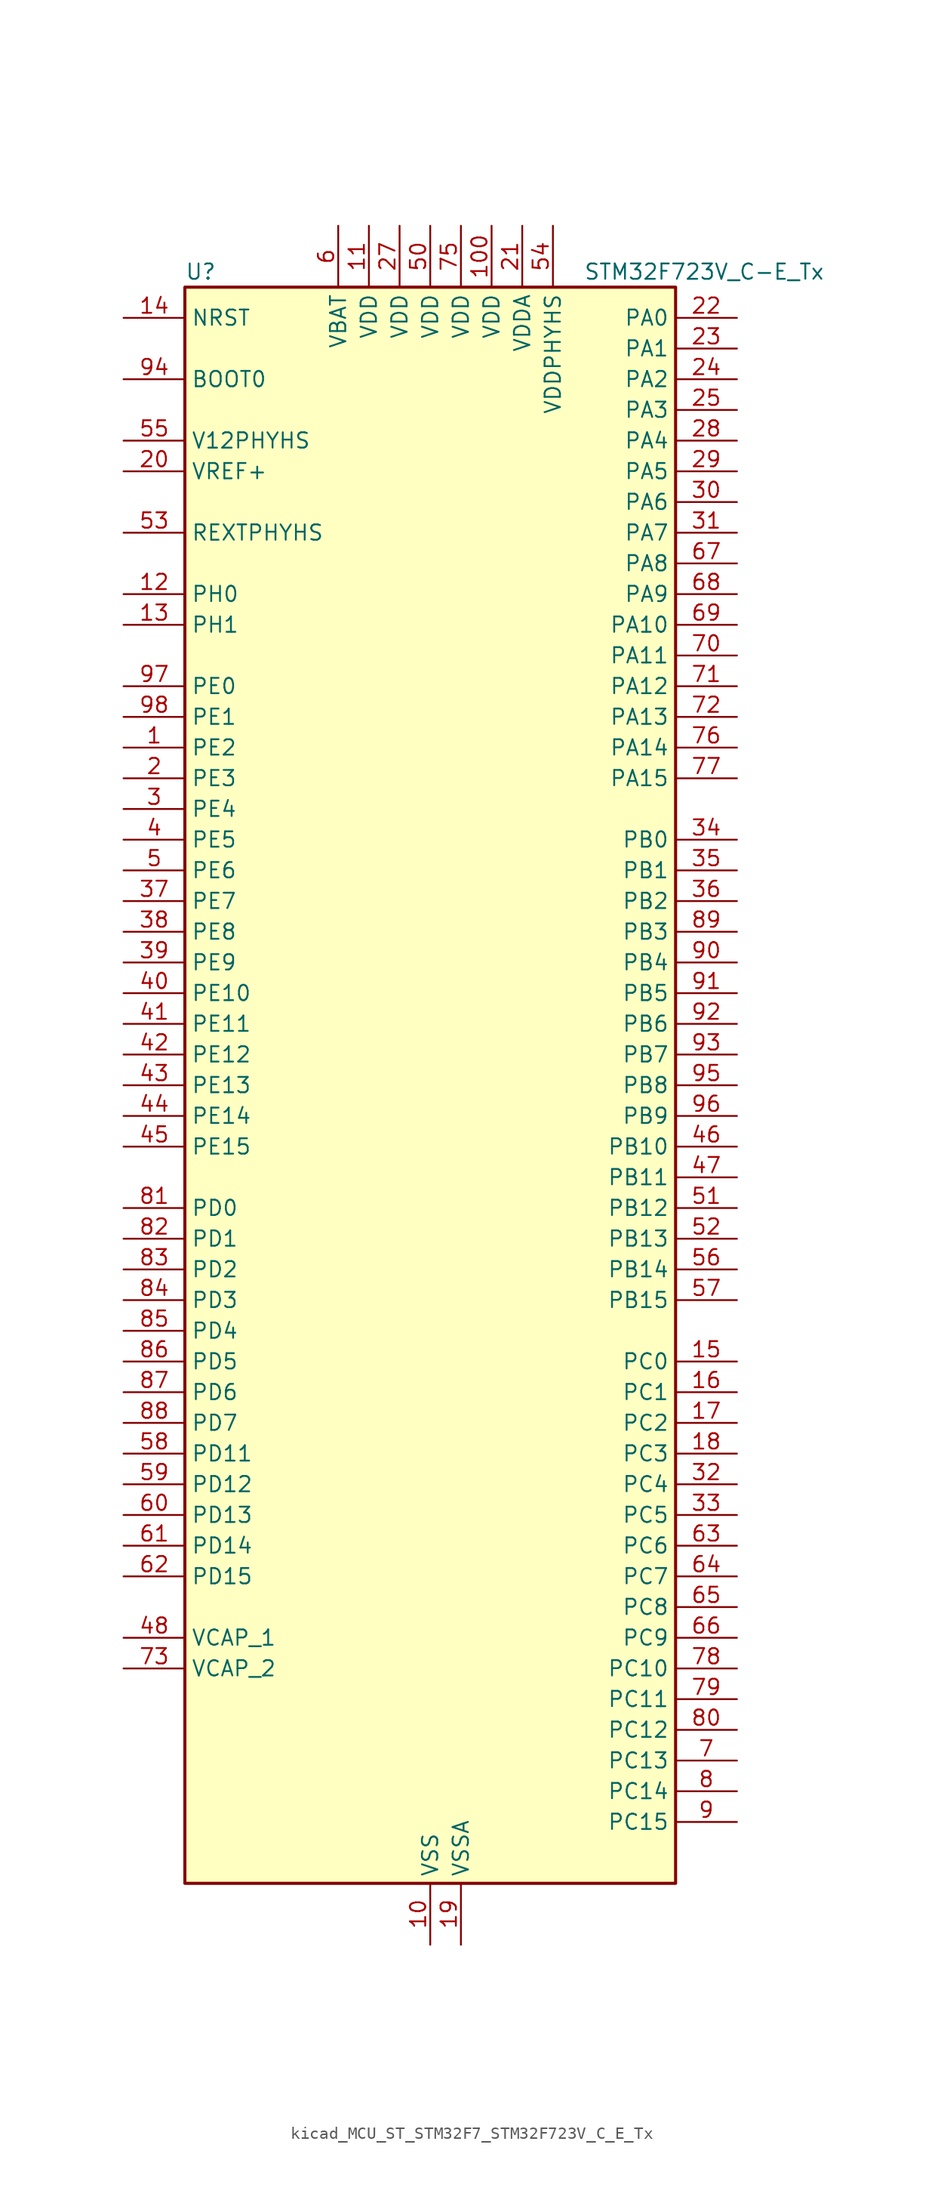
<source format=kicad_sym>
(kicad_symbol_lib
  (version 20220914)
  (generator kicad_symbol_editor)
  (symbol "kicad_MCU_ST_STM32F7_STM32F723V_C_E_Tx"
    (property "Reference" "U"
      (at -20.32 67.31 0)
      (effects (font (size 1.27 1.27)) (justify left)))
    (property "Value" "STM32F723V_C-E_Tx"
      (at 12.7 67.31 0)
      (effects (font (size 1.27 1.27)) (justify left)))
    (property "ki_locked" ""
      (at 0 0 0)
      (effects (font (size 1.27 1.27))))
    (symbol "kicad_MCU_ST_STM32F7_STM32F723V_C_E_Tx_0_1"
      (rectangle (start -20.32 -66.04) (end 20.32 66.04) (stroke (width 0.254) (type default)) (fill (type background))))
    (symbol "kicad_MCU_ST_STM32F7_STM32F723V_C_E_Tx_1_1"
      (pin bidirectional line (at -25.4 27.94 0) (length 5.08) (name "PE2" (effects (font (size 1.27 1.27)))) (number "1" (effects (font (size 1.27 1.27)))) (alternate "FMC_A23" bidirectional line) (alternate "QUADSPI_BK1_IO2" bidirectional line) (alternate "SAI1_MCLK_A" bidirectional line) (alternate "SPI4_SCK" bidirectional line) (alternate "SYS_TRACECLK" bidirectional line))
      (pin power_in line (at 0 -71.12 90) (length 5.08) (name "VSS" (effects (font (size 1.27 1.27)))) (number "10" (effects (font (size 1.27 1.27)))))
      (pin power_in line (at 5.08 71.12 270) (length 5.08) (name "VDD" (effects (font (size 1.27 1.27)))) (number "100" (effects (font (size 1.27 1.27)))))
      (pin power_in line (at -5.08 71.12 270) (length 5.08) (name "VDD" (effects (font (size 1.27 1.27)))) (number "11" (effects (font (size 1.27 1.27)))))
      (pin bidirectional line (at -25.4 40.64 0) (length 5.08) (name "PH0" (effects (font (size 1.27 1.27)))) (number "12" (effects (font (size 1.27 1.27)))) (alternate "RCC_OSC_IN" bidirectional line))
      (pin bidirectional line (at -25.4 38.1 0) (length 5.08) (name "PH1" (effects (font (size 1.27 1.27)))) (number "13" (effects (font (size 1.27 1.27)))) (alternate "RCC_OSC_OUT" bidirectional line))
      (pin input line (at -25.4 63.5 0) (length 5.08) (name "NRST" (effects (font (size 1.27 1.27)))) (number "14" (effects (font (size 1.27 1.27)))))
      (pin bidirectional line (at 25.4 -22.86 180) (length 5.08) (name "PC0" (effects (font (size 1.27 1.27)))) (number "15" (effects (font (size 1.27 1.27)))) (alternate "ADC1_IN10" bidirectional line) (alternate "ADC2_IN10" bidirectional line) (alternate "ADC3_IN10" bidirectional line) (alternate "FMC_SDNWE" bidirectional line) (alternate "SAI2_FS_B" bidirectional line))
      (pin bidirectional line (at 25.4 -25.4 180) (length 5.08) (name "PC1" (effects (font (size 1.27 1.27)))) (number "16" (effects (font (size 1.27 1.27)))) (alternate "ADC1_IN11" bidirectional line) (alternate "ADC2_IN11" bidirectional line) (alternate "ADC3_IN11" bidirectional line) (alternate "I2S2_SD" bidirectional line) (alternate "RTC_TAMP3" bidirectional line) (alternate "RTC_TS" bidirectional line) (alternate "SAI1_SD_A" bidirectional line) (alternate "SPI2_MOSI" bidirectional line) (alternate "SYS_TRACED0" bidirectional line) (alternate "SYS_WKUP3" bidirectional line))
      (pin bidirectional line (at 25.4 -27.94 180) (length 5.08) (name "PC2" (effects (font (size 1.27 1.27)))) (number "17" (effects (font (size 1.27 1.27)))) (alternate "ADC1_IN12" bidirectional line) (alternate "ADC2_IN12" bidirectional line) (alternate "ADC3_IN12" bidirectional line) (alternate "FMC_SDNE0" bidirectional line) (alternate "SPI2_MISO" bidirectional line))
      (pin bidirectional line (at 25.4 -30.48 180) (length 5.08) (name "PC3" (effects (font (size 1.27 1.27)))) (number "18" (effects (font (size 1.27 1.27)))) (alternate "ADC1_IN13" bidirectional line) (alternate "ADC2_IN13" bidirectional line) (alternate "ADC3_IN13" bidirectional line) (alternate "FMC_SDCKE0" bidirectional line) (alternate "I2S2_SD" bidirectional line) (alternate "SPI2_MOSI" bidirectional line))
      (pin power_in line (at 2.54 -71.12 90) (length 5.08) (name "VSSA" (effects (font (size 1.27 1.27)))) (number "19" (effects (font (size 1.27 1.27)))))
      (pin bidirectional line (at -25.4 25.4 0) (length 5.08) (name "PE3" (effects (font (size 1.27 1.27)))) (number "2" (effects (font (size 1.27 1.27)))) (alternate "FMC_A19" bidirectional line) (alternate "SAI1_SD_B" bidirectional line) (alternate "SYS_TRACED0" bidirectional line))
      (pin input line (at -25.4 50.8 0) (length 5.08) (name "VREF+" (effects (font (size 1.27 1.27)))) (number "20" (effects (font (size 1.27 1.27)))))
      (pin power_in line (at 7.62 71.12 270) (length 5.08) (name "VDDA" (effects (font (size 1.27 1.27)))) (number "21" (effects (font (size 1.27 1.27)))))
      (pin bidirectional line (at 25.4 63.5 180) (length 5.08) (name "PA0" (effects (font (size 1.27 1.27)))) (number "22" (effects (font (size 1.27 1.27)))) (alternate "ADC1_IN0" bidirectional line) (alternate "ADC2_IN0" bidirectional line) (alternate "ADC3_IN0" bidirectional line) (alternate "SAI2_SD_B" bidirectional line) (alternate "SYS_WKUP1" bidirectional line) (alternate "TIM2_CH1" bidirectional line) (alternate "TIM2_ETR" bidirectional line) (alternate "TIM5_CH1" bidirectional line) (alternate "TIM8_ETR" bidirectional line) (alternate "UART4_TX" bidirectional line) (alternate "USART2_CTS" bidirectional line))
      (pin bidirectional line (at 25.4 60.96 180) (length 5.08) (name "PA1" (effects (font (size 1.27 1.27)))) (number "23" (effects (font (size 1.27 1.27)))) (alternate "ADC1_IN1" bidirectional line) (alternate "ADC2_IN1" bidirectional line) (alternate "ADC3_IN1" bidirectional line) (alternate "QUADSPI_BK1_IO3" bidirectional line) (alternate "SAI2_MCLK_B" bidirectional line) (alternate "TIM2_CH2" bidirectional line) (alternate "TIM5_CH2" bidirectional line) (alternate "UART4_RX" bidirectional line) (alternate "USART2_DE" bidirectional line) (alternate "USART2_RTS" bidirectional line))
      (pin bidirectional line (at 25.4 58.42 180) (length 5.08) (name "PA2" (effects (font (size 1.27 1.27)))) (number "24" (effects (font (size 1.27 1.27)))) (alternate "ADC1_IN2" bidirectional line) (alternate "ADC2_IN2" bidirectional line) (alternate "ADC3_IN2" bidirectional line) (alternate "SAI2_SCK_B" bidirectional line) (alternate "SYS_WKUP2" bidirectional line) (alternate "TIM2_CH3" bidirectional line) (alternate "TIM5_CH3" bidirectional line) (alternate "TIM9_CH1" bidirectional line) (alternate "USART2_TX" bidirectional line))
      (pin bidirectional line (at 25.4 55.88 180) (length 5.08) (name "PA3" (effects (font (size 1.27 1.27)))) (number "25" (effects (font (size 1.27 1.27)))) (alternate "ADC1_IN3" bidirectional line) (alternate "ADC2_IN3" bidirectional line) (alternate "ADC3_IN3" bidirectional line) (alternate "TIM2_CH4" bidirectional line) (alternate "TIM5_CH4" bidirectional line) (alternate "TIM9_CH2" bidirectional line) (alternate "USART2_RX" bidirectional line))
      (pin passive line (at 0 -71.12 90) (length 5.08) hide (name "VSS" (effects (font (size 1.27 1.27)))) (number "26" (effects (font (size 1.27 1.27)))))
      (pin power_in line (at -2.54 71.12 270) (length 5.08) (name "VDD" (effects (font (size 1.27 1.27)))) (number "27" (effects (font (size 1.27 1.27)))))
      (pin bidirectional line (at 25.4 53.34 180) (length 5.08) (name "PA4" (effects (font (size 1.27 1.27)))) (number "28" (effects (font (size 1.27 1.27)))) (alternate "ADC1_IN4" bidirectional line) (alternate "ADC2_IN4" bidirectional line) (alternate "DAC_OUT1" bidirectional line) (alternate "I2S1_WS" bidirectional line) (alternate "I2S3_WS" bidirectional line) (alternate "SPI1_NSS" bidirectional line) (alternate "SPI3_NSS" bidirectional line) (alternate "USART2_CK" bidirectional line) (alternate "USB_OTG_HS_SOF" bidirectional line))
      (pin bidirectional line (at 25.4 50.8 180) (length 5.08) (name "PA5" (effects (font (size 1.27 1.27)))) (number "29" (effects (font (size 1.27 1.27)))) (alternate "ADC1_IN5" bidirectional line) (alternate "ADC2_IN5" bidirectional line) (alternate "DAC_OUT2" bidirectional line) (alternate "I2S1_CK" bidirectional line) (alternate "SPI1_SCK" bidirectional line) (alternate "TIM2_CH1" bidirectional line) (alternate "TIM2_ETR" bidirectional line) (alternate "TIM8_CH1N" bidirectional line))
      (pin bidirectional line (at -25.4 22.86 0) (length 5.08) (name "PE4" (effects (font (size 1.27 1.27)))) (number "3" (effects (font (size 1.27 1.27)))) (alternate "FMC_A20" bidirectional line) (alternate "SAI1_FS_A" bidirectional line) (alternate "SPI4_NSS" bidirectional line) (alternate "SYS_TRACED1" bidirectional line))
      (pin bidirectional line (at 25.4 48.26 180) (length 5.08) (name "PA6" (effects (font (size 1.27 1.27)))) (number "30" (effects (font (size 1.27 1.27)))) (alternate "ADC1_IN6" bidirectional line) (alternate "ADC2_IN6" bidirectional line) (alternate "SPI1_MISO" bidirectional line) (alternate "TIM13_CH1" bidirectional line) (alternate "TIM1_BKIN" bidirectional line) (alternate "TIM3_CH1" bidirectional line) (alternate "TIM8_BKIN" bidirectional line))
      (pin bidirectional line (at 25.4 45.72 180) (length 5.08) (name "PA7" (effects (font (size 1.27 1.27)))) (number "31" (effects (font (size 1.27 1.27)))) (alternate "ADC1_IN7" bidirectional line) (alternate "ADC2_IN7" bidirectional line) (alternate "FMC_SDNWE" bidirectional line) (alternate "I2S1_SD" bidirectional line) (alternate "SPI1_MOSI" bidirectional line) (alternate "TIM14_CH1" bidirectional line) (alternate "TIM1_CH1N" bidirectional line) (alternate "TIM3_CH2" bidirectional line) (alternate "TIM8_CH1N" bidirectional line))
      (pin bidirectional line (at 25.4 -33.02 180) (length 5.08) (name "PC4" (effects (font (size 1.27 1.27)))) (number "32" (effects (font (size 1.27 1.27)))) (alternate "ADC1_IN14" bidirectional line) (alternate "ADC2_IN14" bidirectional line) (alternate "FMC_SDNE0" bidirectional line) (alternate "I2S1_MCK" bidirectional line))
      (pin bidirectional line (at 25.4 -35.56 180) (length 5.08) (name "PC5" (effects (font (size 1.27 1.27)))) (number "33" (effects (font (size 1.27 1.27)))) (alternate "ADC1_IN15" bidirectional line) (alternate "ADC2_IN15" bidirectional line) (alternate "FMC_SDCKE0" bidirectional line))
      (pin bidirectional line (at 25.4 20.32 180) (length 5.08) (name "PB0" (effects (font (size 1.27 1.27)))) (number "34" (effects (font (size 1.27 1.27)))) (alternate "ADC1_IN8" bidirectional line) (alternate "ADC2_IN8" bidirectional line) (alternate "TIM1_CH2N" bidirectional line) (alternate "TIM3_CH3" bidirectional line) (alternate "TIM8_CH2N" bidirectional line) (alternate "UART4_CTS" bidirectional line))
      (pin bidirectional line (at 25.4 17.78 180) (length 5.08) (name "PB1" (effects (font (size 1.27 1.27)))) (number "35" (effects (font (size 1.27 1.27)))) (alternate "ADC1_IN9" bidirectional line) (alternate "ADC2_IN9" bidirectional line) (alternate "TIM1_CH3N" bidirectional line) (alternate "TIM3_CH4" bidirectional line) (alternate "TIM8_CH3N" bidirectional line))
      (pin bidirectional line (at 25.4 15.24 180) (length 5.08) (name "PB2" (effects (font (size 1.27 1.27)))) (number "36" (effects (font (size 1.27 1.27)))) (alternate "I2S3_SD" bidirectional line) (alternate "QUADSPI_CLK" bidirectional line) (alternate "SAI1_SD_A" bidirectional line) (alternate "SPI3_MOSI" bidirectional line))
      (pin bidirectional line (at -25.4 15.24 0) (length 5.08) (name "PE7" (effects (font (size 1.27 1.27)))) (number "37" (effects (font (size 1.27 1.27)))) (alternate "FMC_D4" bidirectional line) (alternate "FMC_DA4" bidirectional line) (alternate "QUADSPI_BK2_IO0" bidirectional line) (alternate "TIM1_ETR" bidirectional line) (alternate "UART7_RX" bidirectional line))
      (pin bidirectional line (at -25.4 12.7 0) (length 5.08) (name "PE8" (effects (font (size 1.27 1.27)))) (number "38" (effects (font (size 1.27 1.27)))) (alternate "FMC_D5" bidirectional line) (alternate "FMC_DA5" bidirectional line) (alternate "QUADSPI_BK2_IO1" bidirectional line) (alternate "TIM1_CH1N" bidirectional line) (alternate "UART7_TX" bidirectional line))
      (pin bidirectional line (at -25.4 10.16 0) (length 5.08) (name "PE9" (effects (font (size 1.27 1.27)))) (number "39" (effects (font (size 1.27 1.27)))) (alternate "DAC_EXTI9" bidirectional line) (alternate "FMC_D6" bidirectional line) (alternate "FMC_DA6" bidirectional line) (alternate "QUADSPI_BK2_IO2" bidirectional line) (alternate "TIM1_CH1" bidirectional line) (alternate "UART7_DE" bidirectional line) (alternate "UART7_RTS" bidirectional line))
      (pin bidirectional line (at -25.4 20.32 0) (length 5.08) (name "PE5" (effects (font (size 1.27 1.27)))) (number "4" (effects (font (size 1.27 1.27)))) (alternate "FMC_A21" bidirectional line) (alternate "SAI1_SCK_A" bidirectional line) (alternate "SPI4_MISO" bidirectional line) (alternate "SYS_TRACED2" bidirectional line) (alternate "TIM9_CH1" bidirectional line))
      (pin bidirectional line (at -25.4 7.62 0) (length 5.08) (name "PE10" (effects (font (size 1.27 1.27)))) (number "40" (effects (font (size 1.27 1.27)))) (alternate "FMC_D7" bidirectional line) (alternate "FMC_DA7" bidirectional line) (alternate "QUADSPI_BK2_IO3" bidirectional line) (alternate "TIM1_CH2N" bidirectional line) (alternate "UART7_CTS" bidirectional line))
      (pin bidirectional line (at -25.4 5.08 0) (length 5.08) (name "PE11" (effects (font (size 1.27 1.27)))) (number "41" (effects (font (size 1.27 1.27)))) (alternate "ADC1_EXTI11" bidirectional line) (alternate "ADC2_EXTI11" bidirectional line) (alternate "ADC3_EXTI11" bidirectional line) (alternate "FMC_D8" bidirectional line) (alternate "FMC_DA8" bidirectional line) (alternate "SAI2_SD_B" bidirectional line) (alternate "SPI4_NSS" bidirectional line) (alternate "TIM1_CH2" bidirectional line))
      (pin bidirectional line (at -25.4 2.54 0) (length 5.08) (name "PE12" (effects (font (size 1.27 1.27)))) (number "42" (effects (font (size 1.27 1.27)))) (alternate "FMC_D9" bidirectional line) (alternate "FMC_DA9" bidirectional line) (alternate "SAI2_SCK_B" bidirectional line) (alternate "SPI4_SCK" bidirectional line) (alternate "TIM1_CH3N" bidirectional line))
      (pin bidirectional line (at -25.4 0 0) (length 5.08) (name "PE13" (effects (font (size 1.27 1.27)))) (number "43" (effects (font (size 1.27 1.27)))) (alternate "FMC_D10" bidirectional line) (alternate "FMC_DA10" bidirectional line) (alternate "SAI2_FS_B" bidirectional line) (alternate "SPI4_MISO" bidirectional line) (alternate "TIM1_CH3" bidirectional line))
      (pin bidirectional line (at -25.4 -2.54 0) (length 5.08) (name "PE14" (effects (font (size 1.27 1.27)))) (number "44" (effects (font (size 1.27 1.27)))) (alternate "FMC_D11" bidirectional line) (alternate "FMC_DA11" bidirectional line) (alternate "SAI2_MCLK_B" bidirectional line) (alternate "SPI4_MOSI" bidirectional line) (alternate "TIM1_CH4" bidirectional line))
      (pin bidirectional line (at -25.4 -5.08 0) (length 5.08) (name "PE15" (effects (font (size 1.27 1.27)))) (number "45" (effects (font (size 1.27 1.27)))) (alternate "FMC_D12" bidirectional line) (alternate "FMC_DA12" bidirectional line) (alternate "TIM1_BKIN" bidirectional line))
      (pin bidirectional line (at 25.4 -5.08 180) (length 5.08) (name "PB10" (effects (font (size 1.27 1.27)))) (number "46" (effects (font (size 1.27 1.27)))) (alternate "I2C2_SCL" bidirectional line) (alternate "I2S2_CK" bidirectional line) (alternate "SPI2_SCK" bidirectional line) (alternate "TIM2_CH3" bidirectional line) (alternate "USART3_TX" bidirectional line))
      (pin bidirectional line (at 25.4 -7.62 180) (length 5.08) (name "PB11" (effects (font (size 1.27 1.27)))) (number "47" (effects (font (size 1.27 1.27)))) (alternate "ADC1_EXTI11" bidirectional line) (alternate "ADC2_EXTI11" bidirectional line) (alternate "ADC3_EXTI11" bidirectional line) (alternate "I2C2_SDA" bidirectional line) (alternate "TIM2_CH4" bidirectional line) (alternate "USART3_RX" bidirectional line))
      (pin power_out line (at -25.4 -45.72 0) (length 5.08) (name "VCAP_1" (effects (font (size 1.27 1.27)))) (number "48" (effects (font (size 1.27 1.27)))))
      (pin passive line (at 0 -71.12 90) (length 5.08) hide (name "VSS" (effects (font (size 1.27 1.27)))) (number "49" (effects (font (size 1.27 1.27)))))
      (pin bidirectional line (at -25.4 17.78 0) (length 5.08) (name "PE6" (effects (font (size 1.27 1.27)))) (number "5" (effects (font (size 1.27 1.27)))) (alternate "FMC_A22" bidirectional line) (alternate "SAI1_SD_A" bidirectional line) (alternate "SAI2_MCLK_B" bidirectional line) (alternate "SPI4_MOSI" bidirectional line) (alternate "SYS_TRACED3" bidirectional line) (alternate "TIM1_BKIN2" bidirectional line) (alternate "TIM9_CH2" bidirectional line))
      (pin power_in line (at 0 71.12 270) (length 5.08) (name "VDD" (effects (font (size 1.27 1.27)))) (number "50" (effects (font (size 1.27 1.27)))))
      (pin bidirectional line (at 25.4 -10.16 180) (length 5.08) (name "PB12" (effects (font (size 1.27 1.27)))) (number "51" (effects (font (size 1.27 1.27)))) (alternate "I2C2_SMBA" bidirectional line) (alternate "I2S2_WS" bidirectional line) (alternate "SPI2_NSS" bidirectional line) (alternate "TIM1_BKIN" bidirectional line) (alternate "USART3_CK" bidirectional line) (alternate "USB_OTG_HS_ID" bidirectional line))
      (pin bidirectional line (at 25.4 -12.7 180) (length 5.08) (name "PB13" (effects (font (size 1.27 1.27)))) (number "52" (effects (font (size 1.27 1.27)))) (alternate "I2S2_CK" bidirectional line) (alternate "SPI2_SCK" bidirectional line) (alternate "TIM1_CH1N" bidirectional line) (alternate "USART3_CTS" bidirectional line) (alternate "USB_OTG_HS_VBUS" bidirectional line))
      (pin bidirectional line (at -25.4 45.72 0) (length 5.08) (name "REXTPHYHS" (effects (font (size 1.27 1.27)))) (number "53" (effects (font (size 1.27 1.27)))) (alternate "USB_OTG_HS_REXTPHYHS" bidirectional line))
      (pin power_in line (at 10.16 71.12 270) (length 5.08) (name "VDDPHYHS" (effects (font (size 1.27 1.27)))) (number "54" (effects (font (size 1.27 1.27)))))
      (pin power_in line (at -25.4 53.34 0) (length 5.08) (name "V12PHYHS" (effects (font (size 1.27 1.27)))) (number "55" (effects (font (size 1.27 1.27)))))
      (pin bidirectional line (at 25.4 -15.24 180) (length 5.08) (name "PB14" (effects (font (size 1.27 1.27)))) (number "56" (effects (font (size 1.27 1.27)))) (alternate "USB_OTG_HS_DM" bidirectional line))
      (pin bidirectional line (at 25.4 -17.78 180) (length 5.08) (name "PB15" (effects (font (size 1.27 1.27)))) (number "57" (effects (font (size 1.27 1.27)))) (alternate "USB_OTG_HS_DP" bidirectional line))
      (pin bidirectional line (at -25.4 -30.48 0) (length 5.08) (name "PD11" (effects (font (size 1.27 1.27)))) (number "58" (effects (font (size 1.27 1.27)))) (alternate "ADC1_EXTI11" bidirectional line) (alternate "ADC2_EXTI11" bidirectional line) (alternate "ADC3_EXTI11" bidirectional line) (alternate "FMC_A16" bidirectional line) (alternate "FMC_CLE" bidirectional line) (alternate "QUADSPI_BK1_IO0" bidirectional line) (alternate "SAI2_SD_A" bidirectional line) (alternate "USART3_CTS" bidirectional line))
      (pin bidirectional line (at -25.4 -33.02 0) (length 5.08) (name "PD12" (effects (font (size 1.27 1.27)))) (number "59" (effects (font (size 1.27 1.27)))) (alternate "FMC_A17" bidirectional line) (alternate "FMC_ALE" bidirectional line) (alternate "LPTIM1_IN1" bidirectional line) (alternate "QUADSPI_BK1_IO1" bidirectional line) (alternate "SAI2_FS_A" bidirectional line) (alternate "TIM4_CH1" bidirectional line) (alternate "USART3_DE" bidirectional line) (alternate "USART3_RTS" bidirectional line))
      (pin power_in line (at -7.62 71.12 270) (length 5.08) (name "VBAT" (effects (font (size 1.27 1.27)))) (number "6" (effects (font (size 1.27 1.27)))))
      (pin bidirectional line (at -25.4 -35.56 0) (length 5.08) (name "PD13" (effects (font (size 1.27 1.27)))) (number "60" (effects (font (size 1.27 1.27)))) (alternate "FMC_A18" bidirectional line) (alternate "LPTIM1_OUT" bidirectional line) (alternate "QUADSPI_BK1_IO3" bidirectional line) (alternate "SAI2_SCK_A" bidirectional line) (alternate "TIM4_CH2" bidirectional line))
      (pin bidirectional line (at -25.4 -38.1 0) (length 5.08) (name "PD14" (effects (font (size 1.27 1.27)))) (number "61" (effects (font (size 1.27 1.27)))) (alternate "FMC_D0" bidirectional line) (alternate "FMC_DA0" bidirectional line) (alternate "TIM4_CH3" bidirectional line) (alternate "UART8_CTS" bidirectional line))
      (pin bidirectional line (at -25.4 -40.64 0) (length 5.08) (name "PD15" (effects (font (size 1.27 1.27)))) (number "62" (effects (font (size 1.27 1.27)))) (alternate "FMC_D1" bidirectional line) (alternate "FMC_DA1" bidirectional line) (alternate "TIM4_CH4" bidirectional line) (alternate "UART8_DE" bidirectional line) (alternate "UART8_RTS" bidirectional line))
      (pin bidirectional line (at 25.4 -38.1 180) (length 5.08) (name "PC6" (effects (font (size 1.27 1.27)))) (number "63" (effects (font (size 1.27 1.27)))) (alternate "I2S2_MCK" bidirectional line) (alternate "SDMMC1_D6" bidirectional line) (alternate "TIM3_CH1" bidirectional line) (alternate "TIM8_CH1" bidirectional line) (alternate "USART6_TX" bidirectional line))
      (pin bidirectional line (at 25.4 -40.64 180) (length 5.08) (name "PC7" (effects (font (size 1.27 1.27)))) (number "64" (effects (font (size 1.27 1.27)))) (alternate "I2S3_MCK" bidirectional line) (alternate "SDMMC1_D7" bidirectional line) (alternate "TIM3_CH2" bidirectional line) (alternate "TIM8_CH2" bidirectional line) (alternate "USART6_RX" bidirectional line))
      (pin bidirectional line (at 25.4 -43.18 180) (length 5.08) (name "PC8" (effects (font (size 1.27 1.27)))) (number "65" (effects (font (size 1.27 1.27)))) (alternate "SDMMC1_D0" bidirectional line) (alternate "SYS_TRACED1" bidirectional line) (alternate "TIM3_CH3" bidirectional line) (alternate "TIM8_CH3" bidirectional line) (alternate "UART5_DE" bidirectional line) (alternate "UART5_RTS" bidirectional line) (alternate "USART6_CK" bidirectional line))
      (pin bidirectional line (at 25.4 -45.72 180) (length 5.08) (name "PC9" (effects (font (size 1.27 1.27)))) (number "66" (effects (font (size 1.27 1.27)))) (alternate "DAC_EXTI9" bidirectional line) (alternate "I2C3_SDA" bidirectional line) (alternate "I2S_CKIN" bidirectional line) (alternate "QUADSPI_BK1_IO0" bidirectional line) (alternate "RCC_MCO_2" bidirectional line) (alternate "SDMMC1_D1" bidirectional line) (alternate "TIM3_CH4" bidirectional line) (alternate "TIM8_CH4" bidirectional line) (alternate "UART5_CTS" bidirectional line))
      (pin bidirectional line (at 25.4 43.18 180) (length 5.08) (name "PA8" (effects (font (size 1.27 1.27)))) (number "67" (effects (font (size 1.27 1.27)))) (alternate "I2C3_SCL" bidirectional line) (alternate "RCC_MCO_1" bidirectional line) (alternate "TIM1_CH1" bidirectional line) (alternate "TIM8_BKIN2" bidirectional line) (alternate "USART1_CK" bidirectional line) (alternate "USB_OTG_FS_SOF" bidirectional line))
      (pin bidirectional line (at 25.4 40.64 180) (length 5.08) (name "PA9" (effects (font (size 1.27 1.27)))) (number "68" (effects (font (size 1.27 1.27)))) (alternate "DAC_EXTI9" bidirectional line) (alternate "I2C3_SMBA" bidirectional line) (alternate "I2S2_CK" bidirectional line) (alternate "SPI2_SCK" bidirectional line) (alternate "TIM1_CH2" bidirectional line) (alternate "USART1_TX" bidirectional line) (alternate "USB_OTG_FS_VBUS" bidirectional line))
      (pin bidirectional line (at 25.4 38.1 180) (length 5.08) (name "PA10" (effects (font (size 1.27 1.27)))) (number "69" (effects (font (size 1.27 1.27)))) (alternate "TIM1_CH3" bidirectional line) (alternate "USART1_RX" bidirectional line) (alternate "USB_OTG_FS_ID" bidirectional line))
      (pin bidirectional line (at 25.4 -55.88 180) (length 5.08) (name "PC13" (effects (font (size 1.27 1.27)))) (number "7" (effects (font (size 1.27 1.27)))) (alternate "RTC_OUT" bidirectional line) (alternate "RTC_TAMP1" bidirectional line) (alternate "RTC_TS" bidirectional line) (alternate "SYS_WKUP4" bidirectional line))
      (pin bidirectional line (at 25.4 35.56 180) (length 5.08) (name "PA11" (effects (font (size 1.27 1.27)))) (number "70" (effects (font (size 1.27 1.27)))) (alternate "ADC1_EXTI11" bidirectional line) (alternate "ADC2_EXTI11" bidirectional line) (alternate "ADC3_EXTI11" bidirectional line) (alternate "CAN1_RX" bidirectional line) (alternate "TIM1_CH4" bidirectional line) (alternate "USART1_CTS" bidirectional line) (alternate "USB_OTG_FS_DM" bidirectional line))
      (pin bidirectional line (at 25.4 33.02 180) (length 5.08) (name "PA12" (effects (font (size 1.27 1.27)))) (number "71" (effects (font (size 1.27 1.27)))) (alternate "CAN1_TX" bidirectional line) (alternate "SAI2_FS_B" bidirectional line) (alternate "TIM1_ETR" bidirectional line) (alternate "USART1_DE" bidirectional line) (alternate "USART1_RTS" bidirectional line) (alternate "USB_OTG_FS_DP" bidirectional line))
      (pin bidirectional line (at 25.4 30.48 180) (length 5.08) (name "PA13" (effects (font (size 1.27 1.27)))) (number "72" (effects (font (size 1.27 1.27)))) (alternate "SYS_JTMS-SWDIO" bidirectional line))
      (pin power_out line (at -25.4 -48.26 0) (length 5.08) (name "VCAP_2" (effects (font (size 1.27 1.27)))) (number "73" (effects (font (size 1.27 1.27)))))
      (pin passive line (at 0 -71.12 90) (length 5.08) hide (name "VSS" (effects (font (size 1.27 1.27)))) (number "74" (effects (font (size 1.27 1.27)))))
      (pin power_in line (at 2.54 71.12 270) (length 5.08) (name "VDD" (effects (font (size 1.27 1.27)))) (number "75" (effects (font (size 1.27 1.27)))))
      (pin bidirectional line (at 25.4 27.94 180) (length 5.08) (name "PA14" (effects (font (size 1.27 1.27)))) (number "76" (effects (font (size 1.27 1.27)))) (alternate "SYS_JTCK-SWCLK" bidirectional line))
      (pin bidirectional line (at 25.4 25.4 180) (length 5.08) (name "PA15" (effects (font (size 1.27 1.27)))) (number "77" (effects (font (size 1.27 1.27)))) (alternate "I2S1_WS" bidirectional line) (alternate "I2S3_WS" bidirectional line) (alternate "SPI1_NSS" bidirectional line) (alternate "SPI3_NSS" bidirectional line) (alternate "SYS_JTDI" bidirectional line) (alternate "TIM2_CH1" bidirectional line) (alternate "TIM2_ETR" bidirectional line) (alternate "UART4_DE" bidirectional line) (alternate "UART4_RTS" bidirectional line))
      (pin bidirectional line (at 25.4 -48.26 180) (length 5.08) (name "PC10" (effects (font (size 1.27 1.27)))) (number "78" (effects (font (size 1.27 1.27)))) (alternate "I2S3_CK" bidirectional line) (alternate "QUADSPI_BK1_IO1" bidirectional line) (alternate "SDMMC1_D2" bidirectional line) (alternate "SPI3_SCK" bidirectional line) (alternate "UART4_TX" bidirectional line) (alternate "USART3_TX" bidirectional line))
      (pin bidirectional line (at 25.4 -50.8 180) (length 5.08) (name "PC11" (effects (font (size 1.27 1.27)))) (number "79" (effects (font (size 1.27 1.27)))) (alternate "ADC1_EXTI11" bidirectional line) (alternate "ADC2_EXTI11" bidirectional line) (alternate "ADC3_EXTI11" bidirectional line) (alternate "QUADSPI_BK2_NCS" bidirectional line) (alternate "SDMMC1_D3" bidirectional line) (alternate "SPI3_MISO" bidirectional line) (alternate "UART4_RX" bidirectional line) (alternate "USART3_RX" bidirectional line))
      (pin bidirectional line (at 25.4 -58.42 180) (length 5.08) (name "PC14" (effects (font (size 1.27 1.27)))) (number "8" (effects (font (size 1.27 1.27)))) (alternate "RCC_OSC32_IN" bidirectional line))
      (pin bidirectional line (at 25.4 -53.34 180) (length 5.08) (name "PC12" (effects (font (size 1.27 1.27)))) (number "80" (effects (font (size 1.27 1.27)))) (alternate "I2S3_SD" bidirectional line) (alternate "SDMMC1_CK" bidirectional line) (alternate "SPI3_MOSI" bidirectional line) (alternate "SYS_TRACED3" bidirectional line) (alternate "UART5_TX" bidirectional line) (alternate "USART3_CK" bidirectional line))
      (pin bidirectional line (at -25.4 -10.16 0) (length 5.08) (name "PD0" (effects (font (size 1.27 1.27)))) (number "81" (effects (font (size 1.27 1.27)))) (alternate "CAN1_RX" bidirectional line) (alternate "FMC_D2" bidirectional line) (alternate "FMC_DA2" bidirectional line))
      (pin bidirectional line (at -25.4 -12.7 0) (length 5.08) (name "PD1" (effects (font (size 1.27 1.27)))) (number "82" (effects (font (size 1.27 1.27)))) (alternate "CAN1_TX" bidirectional line) (alternate "FMC_D3" bidirectional line) (alternate "FMC_DA3" bidirectional line))
      (pin bidirectional line (at -25.4 -15.24 0) (length 5.08) (name "PD2" (effects (font (size 1.27 1.27)))) (number "83" (effects (font (size 1.27 1.27)))) (alternate "SDMMC1_CMD" bidirectional line) (alternate "SYS_TRACED2" bidirectional line) (alternate "TIM3_ETR" bidirectional line) (alternate "UART5_RX" bidirectional line))
      (pin bidirectional line (at -25.4 -17.78 0) (length 5.08) (name "PD3" (effects (font (size 1.27 1.27)))) (number "84" (effects (font (size 1.27 1.27)))) (alternate "FMC_CLK" bidirectional line) (alternate "I2S2_CK" bidirectional line) (alternate "SPI2_SCK" bidirectional line) (alternate "USART2_CTS" bidirectional line))
      (pin bidirectional line (at -25.4 -20.32 0) (length 5.08) (name "PD4" (effects (font (size 1.27 1.27)))) (number "85" (effects (font (size 1.27 1.27)))) (alternate "FMC_NOE" bidirectional line) (alternate "USART2_DE" bidirectional line) (alternate "USART2_RTS" bidirectional line))
      (pin bidirectional line (at -25.4 -22.86 0) (length 5.08) (name "PD5" (effects (font (size 1.27 1.27)))) (number "86" (effects (font (size 1.27 1.27)))) (alternate "FMC_NWE" bidirectional line) (alternate "USART2_TX" bidirectional line))
      (pin bidirectional line (at -25.4 -25.4 0) (length 5.08) (name "PD6" (effects (font (size 1.27 1.27)))) (number "87" (effects (font (size 1.27 1.27)))) (alternate "FMC_NWAIT" bidirectional line) (alternate "I2S3_SD" bidirectional line) (alternate "SAI1_SD_A" bidirectional line) (alternate "SPI3_MOSI" bidirectional line) (alternate "USART2_RX" bidirectional line))
      (pin bidirectional line (at -25.4 -27.94 0) (length 5.08) (name "PD7" (effects (font (size 1.27 1.27)))) (number "88" (effects (font (size 1.27 1.27)))) (alternate "FMC_NE1" bidirectional line) (alternate "USART2_CK" bidirectional line))
      (pin bidirectional line (at 25.4 12.7 180) (length 5.08) (name "PB3" (effects (font (size 1.27 1.27)))) (number "89" (effects (font (size 1.27 1.27)))) (alternate "I2S1_CK" bidirectional line) (alternate "I2S3_CK" bidirectional line) (alternate "SPI1_SCK" bidirectional line) (alternate "SPI3_SCK" bidirectional line) (alternate "SYS_JTDO-SWO" bidirectional line) (alternate "TIM2_CH2" bidirectional line))
      (pin bidirectional line (at 25.4 -60.96 180) (length 5.08) (name "PC15" (effects (font (size 1.27 1.27)))) (number "9" (effects (font (size 1.27 1.27)))) (alternate "RCC_OSC32_OUT" bidirectional line))
      (pin bidirectional line (at 25.4 10.16 180) (length 5.08) (name "PB4" (effects (font (size 1.27 1.27)))) (number "90" (effects (font (size 1.27 1.27)))) (alternate "I2S2_WS" bidirectional line) (alternate "SPI1_MISO" bidirectional line) (alternate "SPI2_NSS" bidirectional line) (alternate "SPI3_MISO" bidirectional line) (alternate "SYS_JTRST" bidirectional line) (alternate "TIM3_CH1" bidirectional line))
      (pin bidirectional line (at 25.4 7.62 180) (length 5.08) (name "PB5" (effects (font (size 1.27 1.27)))) (number "91" (effects (font (size 1.27 1.27)))) (alternate "FMC_SDCKE1" bidirectional line) (alternate "I2C1_SMBA" bidirectional line) (alternate "I2S1_SD" bidirectional line) (alternate "I2S3_SD" bidirectional line) (alternate "SPI1_MOSI" bidirectional line) (alternate "SPI3_MOSI" bidirectional line) (alternate "TIM3_CH2" bidirectional line))
      (pin bidirectional line (at 25.4 5.08 180) (length 5.08) (name "PB6" (effects (font (size 1.27 1.27)))) (number "92" (effects (font (size 1.27 1.27)))) (alternate "FMC_SDNE1" bidirectional line) (alternate "I2C1_SCL" bidirectional line) (alternate "QUADSPI_BK1_NCS" bidirectional line) (alternate "TIM4_CH1" bidirectional line) (alternate "USART1_TX" bidirectional line))
      (pin bidirectional line (at 25.4 2.54 180) (length 5.08) (name "PB7" (effects (font (size 1.27 1.27)))) (number "93" (effects (font (size 1.27 1.27)))) (alternate "FMC_NL" bidirectional line) (alternate "I2C1_SDA" bidirectional line) (alternate "TIM4_CH2" bidirectional line) (alternate "USART1_RX" bidirectional line))
      (pin input line (at -25.4 58.42 0) (length 5.08) (name "BOOT0" (effects (font (size 1.27 1.27)))) (number "94" (effects (font (size 1.27 1.27)))))
      (pin bidirectional line (at 25.4 0 180) (length 5.08) (name "PB8" (effects (font (size 1.27 1.27)))) (number "95" (effects (font (size 1.27 1.27)))) (alternate "CAN1_RX" bidirectional line) (alternate "I2C1_SCL" bidirectional line) (alternate "SDMMC1_D4" bidirectional line) (alternate "TIM10_CH1" bidirectional line) (alternate "TIM4_CH3" bidirectional line))
      (pin bidirectional line (at 25.4 -2.54 180) (length 5.08) (name "PB9" (effects (font (size 1.27 1.27)))) (number "96" (effects (font (size 1.27 1.27)))) (alternate "CAN1_TX" bidirectional line) (alternate "DAC_EXTI9" bidirectional line) (alternate "I2C1_SDA" bidirectional line) (alternate "I2S2_WS" bidirectional line) (alternate "SDMMC1_D5" bidirectional line) (alternate "SPI2_NSS" bidirectional line) (alternate "TIM11_CH1" bidirectional line) (alternate "TIM4_CH4" bidirectional line))
      (pin bidirectional line (at -25.4 33.02 0) (length 5.08) (name "PE0" (effects (font (size 1.27 1.27)))) (number "97" (effects (font (size 1.27 1.27)))) (alternate "FMC_NBL0" bidirectional line) (alternate "LPTIM1_ETR" bidirectional line) (alternate "SAI2_MCLK_A" bidirectional line) (alternate "TIM4_ETR" bidirectional line) (alternate "UART8_RX" bidirectional line))
      (pin bidirectional line (at -25.4 30.48 0) (length 5.08) (name "PE1" (effects (font (size 1.27 1.27)))) (number "98" (effects (font (size 1.27 1.27)))) (alternate "FMC_NBL1" bidirectional line) (alternate "LPTIM1_IN2" bidirectional line) (alternate "UART8_TX" bidirectional line))
      (pin passive line (at 0 -71.12 90) (length 5.08) hide (name "VSS" (effects (font (size 1.27 1.27)))) (number "99" (effects (font (size 1.27 1.27))))))))
</source>
